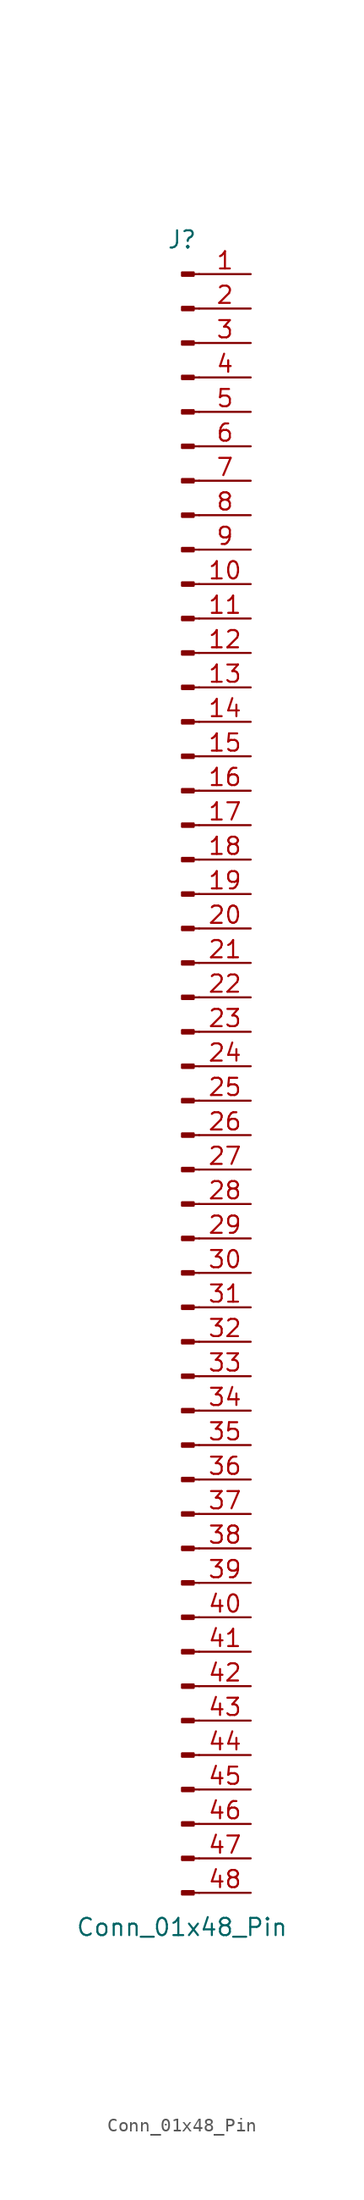
<source format=kicad_sym>
(kicad_symbol_lib
  (version 20220914)
  (generator kicad_symbol_editor)
  (symbol "Conn_01x48_Pin"
    (pin_names
      (offset 1.016) hide)
    (property "Reference" "J"
      (at 0 60.96 0)
      (effects (font (size 1.27 1.27))))
    (property "Value" "Conn_01x48_Pin"
      (at 0 -63.5 0)
      (effects (font (size 1.27 1.27))))
    (property "ki_locked" ""
      (at 0 0 0)
      (effects (font (size 1.27 1.27))))
    (symbol "Conn_01x48_Pin_1_1"
      (polyline (pts (xy 1.27 -60.96) (xy 0.864 -60.96)) (stroke (width 0.152) (type default)) (fill (type none)))
      (polyline (pts (xy 1.27 -58.42) (xy 0.864 -58.42)) (stroke (width 0.152) (type default)) (fill (type none)))
      (polyline (pts (xy 1.27 -55.88) (xy 0.864 -55.88)) (stroke (width 0.152) (type default)) (fill (type none)))
      (polyline (pts (xy 1.27 -53.34) (xy 0.864 -53.34)) (stroke (width 0.152) (type default)) (fill (type none)))
      (polyline (pts (xy 1.27 -50.8) (xy 0.864 -50.8)) (stroke (width 0.152) (type default)) (fill (type none)))
      (polyline (pts (xy 1.27 -48.26) (xy 0.864 -48.26)) (stroke (width 0.152) (type default)) (fill (type none)))
      (polyline (pts (xy 1.27 -45.72) (xy 0.864 -45.72)) (stroke (width 0.152) (type default)) (fill (type none)))
      (polyline (pts (xy 1.27 -43.18) (xy 0.864 -43.18)) (stroke (width 0.152) (type default)) (fill (type none)))
      (polyline (pts (xy 1.27 -40.64) (xy 0.864 -40.64)) (stroke (width 0.152) (type default)) (fill (type none)))
      (polyline (pts (xy 1.27 -38.1) (xy 0.864 -38.1)) (stroke (width 0.152) (type default)) (fill (type none)))
      (polyline (pts (xy 1.27 -35.56) (xy 0.864 -35.56)) (stroke (width 0.152) (type default)) (fill (type none)))
      (polyline (pts (xy 1.27 -33.02) (xy 0.864 -33.02)) (stroke (width 0.152) (type default)) (fill (type none)))
      (polyline (pts (xy 1.27 -30.48) (xy 0.864 -30.48)) (stroke (width 0.152) (type default)) (fill (type none)))
      (polyline (pts (xy 1.27 -27.94) (xy 0.864 -27.94)) (stroke (width 0.152) (type default)) (fill (type none)))
      (polyline (pts (xy 1.27 -25.4) (xy 0.864 -25.4)) (stroke (width 0.152) (type default)) (fill (type none)))
      (polyline (pts (xy 1.27 -22.86) (xy 0.864 -22.86)) (stroke (width 0.152) (type default)) (fill (type none)))
      (polyline (pts (xy 1.27 -20.32) (xy 0.864 -20.32)) (stroke (width 0.152) (type default)) (fill (type none)))
      (polyline (pts (xy 1.27 -17.78) (xy 0.864 -17.78)) (stroke (width 0.152) (type default)) (fill (type none)))
      (polyline (pts (xy 1.27 -15.24) (xy 0.864 -15.24)) (stroke (width 0.152) (type default)) (fill (type none)))
      (polyline (pts (xy 1.27 -12.7) (xy 0.864 -12.7)) (stroke (width 0.152) (type default)) (fill (type none)))
      (polyline (pts (xy 1.27 -10.16) (xy 0.864 -10.16)) (stroke (width 0.152) (type default)) (fill (type none)))
      (polyline (pts (xy 1.27 -7.62) (xy 0.864 -7.62)) (stroke (width 0.152) (type default)) (fill (type none)))
      (polyline (pts (xy 1.27 -5.08) (xy 0.864 -5.08)) (stroke (width 0.152) (type default)) (fill (type none)))
      (polyline (pts (xy 1.27 -2.54) (xy 0.864 -2.54)) (stroke (width 0.152) (type default)) (fill (type none)))
      (polyline (pts (xy 1.27 0) (xy 0.864 0)) (stroke (width 0.152) (type default)) (fill (type none)))
      (polyline (pts (xy 1.27 2.54) (xy 0.864 2.54)) (stroke (width 0.152) (type default)) (fill (type none)))
      (polyline (pts (xy 1.27 5.08) (xy 0.864 5.08)) (stroke (width 0.152) (type default)) (fill (type none)))
      (polyline (pts (xy 1.27 7.62) (xy 0.864 7.62)) (stroke (width 0.152) (type default)) (fill (type none)))
      (polyline (pts (xy 1.27 10.16) (xy 0.864 10.16)) (stroke (width 0.152) (type default)) (fill (type none)))
      (polyline (pts (xy 1.27 12.7) (xy 0.864 12.7)) (stroke (width 0.152) (type default)) (fill (type none)))
      (polyline (pts (xy 1.27 15.24) (xy 0.864 15.24)) (stroke (width 0.152) (type default)) (fill (type none)))
      (polyline (pts (xy 1.27 17.78) (xy 0.864 17.78)) (stroke (width 0.152) (type default)) (fill (type none)))
      (polyline (pts (xy 1.27 20.32) (xy 0.864 20.32)) (stroke (width 0.152) (type default)) (fill (type none)))
      (polyline (pts (xy 1.27 22.86) (xy 0.864 22.86)) (stroke (width 0.152) (type default)) (fill (type none)))
      (polyline (pts (xy 1.27 25.4) (xy 0.864 25.4)) (stroke (width 0.152) (type default)) (fill (type none)))
      (polyline (pts (xy 1.27 27.94) (xy 0.864 27.94)) (stroke (width 0.152) (type default)) (fill (type none)))
      (polyline (pts (xy 1.27 30.48) (xy 0.864 30.48)) (stroke (width 0.152) (type default)) (fill (type none)))
      (polyline (pts (xy 1.27 33.02) (xy 0.864 33.02)) (stroke (width 0.152) (type default)) (fill (type none)))
      (polyline (pts (xy 1.27 35.56) (xy 0.864 35.56)) (stroke (width 0.152) (type default)) (fill (type none)))
      (polyline (pts (xy 1.27 38.1) (xy 0.864 38.1)) (stroke (width 0.152) (type default)) (fill (type none)))
      (polyline (pts (xy 1.27 40.64) (xy 0.864 40.64)) (stroke (width 0.152) (type default)) (fill (type none)))
      (polyline (pts (xy 1.27 43.18) (xy 0.864 43.18)) (stroke (width 0.152) (type default)) (fill (type none)))
      (polyline (pts (xy 1.27 45.72) (xy 0.864 45.72)) (stroke (width 0.152) (type default)) (fill (type none)))
      (polyline (pts (xy 1.27 48.26) (xy 0.864 48.26)) (stroke (width 0.152) (type default)) (fill (type none)))
      (polyline (pts (xy 1.27 50.8) (xy 0.864 50.8)) (stroke (width 0.152) (type default)) (fill (type none)))
      (polyline (pts (xy 1.27 53.34) (xy 0.864 53.34)) (stroke (width 0.152) (type default)) (fill (type none)))
      (polyline (pts (xy 1.27 55.88) (xy 0.864 55.88)) (stroke (width 0.152) (type default)) (fill (type none)))
      (polyline (pts (xy 1.27 58.42) (xy 0.864 58.42)) (stroke (width 0.152) (type default)) (fill (type none)))
      (rectangle (start 0.864 -60.833) (end 0 -61.087) (stroke (width 0.152) (type default)) (fill (type outline)))
      (rectangle (start 0.864 -58.293) (end 0 -58.547) (stroke (width 0.152) (type default)) (fill (type outline)))
      (rectangle (start 0.864 -55.753) (end 0 -56.007) (stroke (width 0.152) (type default)) (fill (type outline)))
      (rectangle (start 0.864 -53.213) (end 0 -53.467) (stroke (width 0.152) (type default)) (fill (type outline)))
      (rectangle (start 0.864 -50.673) (end 0 -50.927) (stroke (width 0.152) (type default)) (fill (type outline)))
      (rectangle (start 0.864 -48.133) (end 0 -48.387) (stroke (width 0.152) (type default)) (fill (type outline)))
      (rectangle (start 0.864 -45.593) (end 0 -45.847) (stroke (width 0.152) (type default)) (fill (type outline)))
      (rectangle (start 0.864 -43.053) (end 0 -43.307) (stroke (width 0.152) (type default)) (fill (type outline)))
      (rectangle (start 0.864 -40.513) (end 0 -40.767) (stroke (width 0.152) (type default)) (fill (type outline)))
      (rectangle (start 0.864 -37.973) (end 0 -38.227) (stroke (width 0.152) (type default)) (fill (type outline)))
      (rectangle (start 0.864 -35.433) (end 0 -35.687) (stroke (width 0.152) (type default)) (fill (type outline)))
      (rectangle (start 0.864 -32.893) (end 0 -33.147) (stroke (width 0.152) (type default)) (fill (type outline)))
      (rectangle (start 0.864 -30.353) (end 0 -30.607) (stroke (width 0.152) (type default)) (fill (type outline)))
      (rectangle (start 0.864 -27.813) (end 0 -28.067) (stroke (width 0.152) (type default)) (fill (type outline)))
      (rectangle (start 0.864 -25.273) (end 0 -25.527) (stroke (width 0.152) (type default)) (fill (type outline)))
      (rectangle (start 0.864 -22.733) (end 0 -22.987) (stroke (width 0.152) (type default)) (fill (type outline)))
      (rectangle (start 0.864 -20.193) (end 0 -20.447) (stroke (width 0.152) (type default)) (fill (type outline)))
      (rectangle (start 0.864 -17.653) (end 0 -17.907) (stroke (width 0.152) (type default)) (fill (type outline)))
      (rectangle (start 0.864 -15.113) (end 0 -15.367) (stroke (width 0.152) (type default)) (fill (type outline)))
      (rectangle (start 0.864 -12.573) (end 0 -12.827) (stroke (width 0.152) (type default)) (fill (type outline)))
      (rectangle (start 0.864 -10.033) (end 0 -10.287) (stroke (width 0.152) (type default)) (fill (type outline)))
      (rectangle (start 0.864 -7.493) (end 0 -7.747) (stroke (width 0.152) (type default)) (fill (type outline)))
      (rectangle (start 0.864 -4.953) (end 0 -5.207) (stroke (width 0.152) (type default)) (fill (type outline)))
      (rectangle (start 0.864 -2.413) (end 0 -2.667) (stroke (width 0.152) (type default)) (fill (type outline)))
      (rectangle (start 0.864 0.127) (end 0 -0.127) (stroke (width 0.152) (type default)) (fill (type outline)))
      (rectangle (start 0.864 2.667) (end 0 2.413) (stroke (width 0.152) (type default)) (fill (type outline)))
      (rectangle (start 0.864 5.207) (end 0 4.953) (stroke (width 0.152) (type default)) (fill (type outline)))
      (rectangle (start 0.864 7.747) (end 0 7.493) (stroke (width 0.152) (type default)) (fill (type outline)))
      (rectangle (start 0.864 10.287) (end 0 10.033) (stroke (width 0.152) (type default)) (fill (type outline)))
      (rectangle (start 0.864 12.827) (end 0 12.573) (stroke (width 0.152) (type default)) (fill (type outline)))
      (rectangle (start 0.864 15.367) (end 0 15.113) (stroke (width 0.152) (type default)) (fill (type outline)))
      (rectangle (start 0.864 17.907) (end 0 17.653) (stroke (width 0.152) (type default)) (fill (type outline)))
      (rectangle (start 0.864 20.447) (end 0 20.193) (stroke (width 0.152) (type default)) (fill (type outline)))
      (rectangle (start 0.864 22.987) (end 0 22.733) (stroke (width 0.152) (type default)) (fill (type outline)))
      (rectangle (start 0.864 25.527) (end 0 25.273) (stroke (width 0.152) (type default)) (fill (type outline)))
      (rectangle (start 0.864 28.067) (end 0 27.813) (stroke (width 0.152) (type default)) (fill (type outline)))
      (rectangle (start 0.864 30.607) (end 0 30.353) (stroke (width 0.152) (type default)) (fill (type outline)))
      (rectangle (start 0.864 33.147) (end 0 32.893) (stroke (width 0.152) (type default)) (fill (type outline)))
      (rectangle (start 0.864 35.687) (end 0 35.433) (stroke (width 0.152) (type default)) (fill (type outline)))
      (rectangle (start 0.864 38.227) (end 0 37.973) (stroke (width 0.152) (type default)) (fill (type outline)))
      (rectangle (start 0.864 40.767) (end 0 40.513) (stroke (width 0.152) (type default)) (fill (type outline)))
      (rectangle (start 0.864 43.307) (end 0 43.053) (stroke (width 0.152) (type default)) (fill (type outline)))
      (rectangle (start 0.864 45.847) (end 0 45.593) (stroke (width 0.152) (type default)) (fill (type outline)))
      (rectangle (start 0.864 48.387) (end 0 48.133) (stroke (width 0.152) (type default)) (fill (type outline)))
      (rectangle (start 0.864 50.927) (end 0 50.673) (stroke (width 0.152) (type default)) (fill (type outline)))
      (rectangle (start 0.864 53.467) (end 0 53.213) (stroke (width 0.152) (type default)) (fill (type outline)))
      (rectangle (start 0.864 56.007) (end 0 55.753) (stroke (width 0.152) (type default)) (fill (type outline)))
      (rectangle (start 0.864 58.547) (end 0 58.293) (stroke (width 0.152) (type default)) (fill (type outline)))
      (pin passive line (at 5.08 58.42 180) (length 3.81) (name "Pin_1" (effects (font (size 1.27 1.27)))) (number "1" (effects (font (size 1.27 1.27)))))
      (pin passive line (at 5.08 35.56 180) (length 3.81) (name "Pin_10" (effects (font (size 1.27 1.27)))) (number "10" (effects (font (size 1.27 1.27)))))
      (pin passive line (at 5.08 33.02 180) (length 3.81) (name "Pin_11" (effects (font (size 1.27 1.27)))) (number "11" (effects (font (size 1.27 1.27)))))
      (pin passive line (at 5.08 30.48 180) (length 3.81) (name "Pin_12" (effects (font (size 1.27 1.27)))) (number "12" (effects (font (size 1.27 1.27)))))
      (pin passive line (at 5.08 27.94 180) (length 3.81) (name "Pin_13" (effects (font (size 1.27 1.27)))) (number "13" (effects (font (size 1.27 1.27)))))
      (pin passive line (at 5.08 25.4 180) (length 3.81) (name "Pin_14" (effects (font (size 1.27 1.27)))) (number "14" (effects (font (size 1.27 1.27)))))
      (pin passive line (at 5.08 22.86 180) (length 3.81) (name "Pin_15" (effects (font (size 1.27 1.27)))) (number "15" (effects (font (size 1.27 1.27)))))
      (pin passive line (at 5.08 20.32 180) (length 3.81) (name "Pin_16" (effects (font (size 1.27 1.27)))) (number "16" (effects (font (size 1.27 1.27)))))
      (pin passive line (at 5.08 17.78 180) (length 3.81) (name "Pin_17" (effects (font (size 1.27 1.27)))) (number "17" (effects (font (size 1.27 1.27)))))
      (pin passive line (at 5.08 15.24 180) (length 3.81) (name "Pin_18" (effects (font (size 1.27 1.27)))) (number "18" (effects (font (size 1.27 1.27)))))
      (pin passive line (at 5.08 12.7 180) (length 3.81) (name "Pin_19" (effects (font (size 1.27 1.27)))) (number "19" (effects (font (size 1.27 1.27)))))
      (pin passive line (at 5.08 55.88 180) (length 3.81) (name "Pin_2" (effects (font (size 1.27 1.27)))) (number "2" (effects (font (size 1.27 1.27)))))
      (pin passive line (at 5.08 10.16 180) (length 3.81) (name "Pin_20" (effects (font (size 1.27 1.27)))) (number "20" (effects (font (size 1.27 1.27)))))
      (pin passive line (at 5.08 7.62 180) (length 3.81) (name "Pin_21" (effects (font (size 1.27 1.27)))) (number "21" (effects (font (size 1.27 1.27)))))
      (pin passive line (at 5.08 5.08 180) (length 3.81) (name "Pin_22" (effects (font (size 1.27 1.27)))) (number "22" (effects (font (size 1.27 1.27)))))
      (pin passive line (at 5.08 2.54 180) (length 3.81) (name "Pin_23" (effects (font (size 1.27 1.27)))) (number "23" (effects (font (size 1.27 1.27)))))
      (pin passive line (at 5.08 0 180) (length 3.81) (name "Pin_24" (effects (font (size 1.27 1.27)))) (number "24" (effects (font (size 1.27 1.27)))))
      (pin passive line (at 5.08 -2.54 180) (length 3.81) (name "Pin_25" (effects (font (size 1.27 1.27)))) (number "25" (effects (font (size 1.27 1.27)))))
      (pin passive line (at 5.08 -5.08 180) (length 3.81) (name "Pin_26" (effects (font (size 1.27 1.27)))) (number "26" (effects (font (size 1.27 1.27)))))
      (pin passive line (at 5.08 -7.62 180) (length 3.81) (name "Pin_27" (effects (font (size 1.27 1.27)))) (number "27" (effects (font (size 1.27 1.27)))))
      (pin passive line (at 5.08 -10.16 180) (length 3.81) (name "Pin_28" (effects (font (size 1.27 1.27)))) (number "28" (effects (font (size 1.27 1.27)))))
      (pin passive line (at 5.08 -12.7 180) (length 3.81) (name "Pin_29" (effects (font (size 1.27 1.27)))) (number "29" (effects (font (size 1.27 1.27)))))
      (pin passive line (at 5.08 53.34 180) (length 3.81) (name "Pin_3" (effects (font (size 1.27 1.27)))) (number "3" (effects (font (size 1.27 1.27)))))
      (pin passive line (at 5.08 -15.24 180) (length 3.81) (name "Pin_30" (effects (font (size 1.27 1.27)))) (number "30" (effects (font (size 1.27 1.27)))))
      (pin passive line (at 5.08 -17.78 180) (length 3.81) (name "Pin_31" (effects (font (size 1.27 1.27)))) (number "31" (effects (font (size 1.27 1.27)))))
      (pin passive line (at 5.08 -20.32 180) (length 3.81) (name "Pin_32" (effects (font (size 1.27 1.27)))) (number "32" (effects (font (size 1.27 1.27)))))
      (pin passive line (at 5.08 -22.86 180) (length 3.81) (name "Pin_33" (effects (font (size 1.27 1.27)))) (number "33" (effects (font (size 1.27 1.27)))))
      (pin passive line (at 5.08 -25.4 180) (length 3.81) (name "Pin_34" (effects (font (size 1.27 1.27)))) (number "34" (effects (font (size 1.27 1.27)))))
      (pin passive line (at 5.08 -27.94 180) (length 3.81) (name "Pin_35" (effects (font (size 1.27 1.27)))) (number "35" (effects (font (size 1.27 1.27)))))
      (pin passive line (at 5.08 -30.48 180) (length 3.81) (name "Pin_36" (effects (font (size 1.27 1.27)))) (number "36" (effects (font (size 1.27 1.27)))))
      (pin passive line (at 5.08 -33.02 180) (length 3.81) (name "Pin_37" (effects (font (size 1.27 1.27)))) (number "37" (effects (font (size 1.27 1.27)))))
      (pin passive line (at 5.08 -35.56 180) (length 3.81) (name "Pin_38" (effects (font (size 1.27 1.27)))) (number "38" (effects (font (size 1.27 1.27)))))
      (pin passive line (at 5.08 -38.1 180) (length 3.81) (name "Pin_39" (effects (font (size 1.27 1.27)))) (number "39" (effects (font (size 1.27 1.27)))))
      (pin passive line (at 5.08 50.8 180) (length 3.81) (name "Pin_4" (effects (font (size 1.27 1.27)))) (number "4" (effects (font (size 1.27 1.27)))))
      (pin passive line (at 5.08 -40.64 180) (length 3.81) (name "Pin_40" (effects (font (size 1.27 1.27)))) (number "40" (effects (font (size 1.27 1.27)))))
      (pin passive line (at 5.08 -43.18 180) (length 3.81) (name "Pin_41" (effects (font (size 1.27 1.27)))) (number "41" (effects (font (size 1.27 1.27)))))
      (pin passive line (at 5.08 -45.72 180) (length 3.81) (name "Pin_42" (effects (font (size 1.27 1.27)))) (number "42" (effects (font (size 1.27 1.27)))))
      (pin passive line (at 5.08 -48.26 180) (length 3.81) (name "Pin_43" (effects (font (size 1.27 1.27)))) (number "43" (effects (font (size 1.27 1.27)))))
      (pin passive line (at 5.08 -50.8 180) (length 3.81) (name "Pin_44" (effects (font (size 1.27 1.27)))) (number "44" (effects (font (size 1.27 1.27)))))
      (pin passive line (at 5.08 -53.34 180) (length 3.81) (name "Pin_45" (effects (font (size 1.27 1.27)))) (number "45" (effects (font (size 1.27 1.27)))))
      (pin passive line (at 5.08 -55.88 180) (length 3.81) (name "Pin_46" (effects (font (size 1.27 1.27)))) (number "46" (effects (font (size 1.27 1.27)))))
      (pin passive line (at 5.08 -58.42 180) (length 3.81) (name "Pin_47" (effects (font (size 1.27 1.27)))) (number "47" (effects (font (size 1.27 1.27)))))
      (pin passive line (at 5.08 -60.96 180) (length 3.81) (name "Pin_48" (effects (font (size 1.27 1.27)))) (number "48" (effects (font (size 1.27 1.27)))))
      (pin passive line (at 5.08 48.26 180) (length 3.81) (name "Pin_5" (effects (font (size 1.27 1.27)))) (number "5" (effects (font (size 1.27 1.27)))))
      (pin passive line (at 5.08 45.72 180) (length 3.81) (name "Pin_6" (effects (font (size 1.27 1.27)))) (number "6" (effects (font (size 1.27 1.27)))))
      (pin passive line (at 5.08 43.18 180) (length 3.81) (name "Pin_7" (effects (font (size 1.27 1.27)))) (number "7" (effects (font (size 1.27 1.27)))))
      (pin passive line (at 5.08 40.64 180) (length 3.81) (name "Pin_8" (effects (font (size 1.27 1.27)))) (number "8" (effects (font (size 1.27 1.27)))))
      (pin passive line (at 5.08 38.1 180) (length 3.81) (name "Pin_9" (effects (font (size 1.27 1.27)))) (number "9" (effects (font (size 1.27 1.27))))))))
</source>
